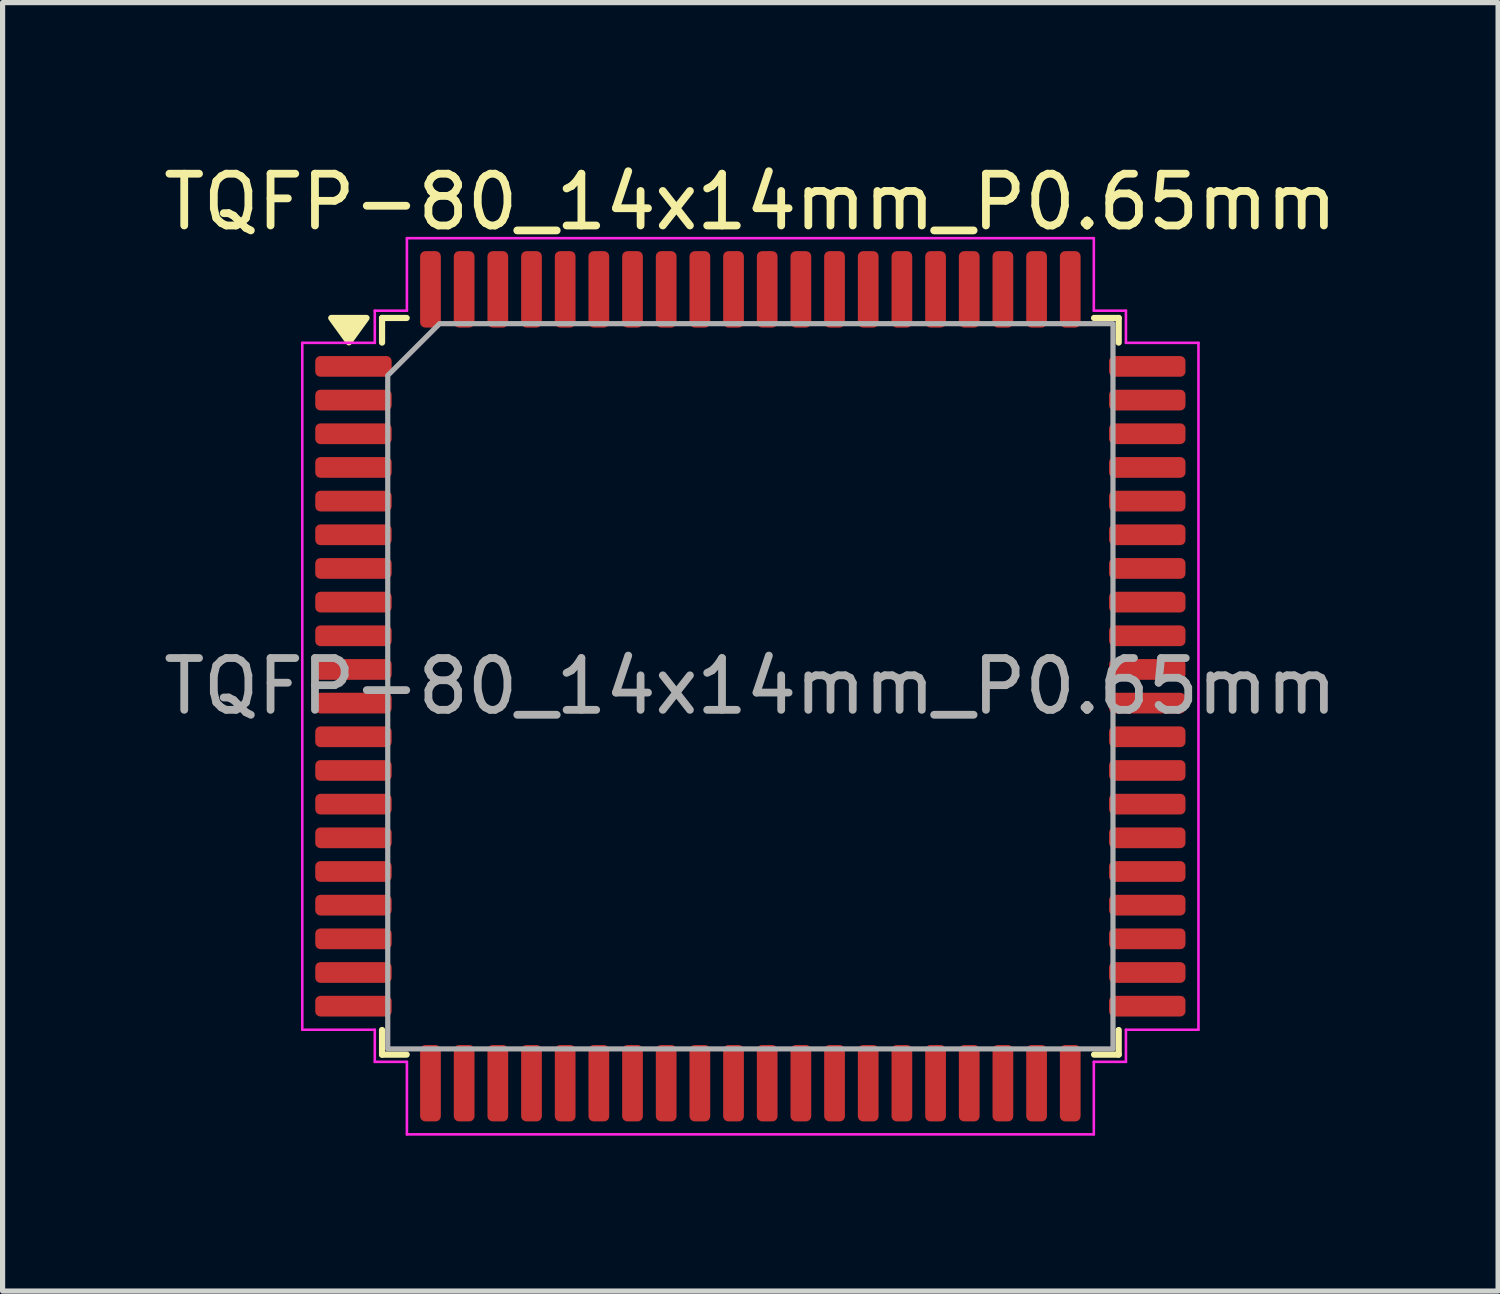
<source format=kicad_pcb>
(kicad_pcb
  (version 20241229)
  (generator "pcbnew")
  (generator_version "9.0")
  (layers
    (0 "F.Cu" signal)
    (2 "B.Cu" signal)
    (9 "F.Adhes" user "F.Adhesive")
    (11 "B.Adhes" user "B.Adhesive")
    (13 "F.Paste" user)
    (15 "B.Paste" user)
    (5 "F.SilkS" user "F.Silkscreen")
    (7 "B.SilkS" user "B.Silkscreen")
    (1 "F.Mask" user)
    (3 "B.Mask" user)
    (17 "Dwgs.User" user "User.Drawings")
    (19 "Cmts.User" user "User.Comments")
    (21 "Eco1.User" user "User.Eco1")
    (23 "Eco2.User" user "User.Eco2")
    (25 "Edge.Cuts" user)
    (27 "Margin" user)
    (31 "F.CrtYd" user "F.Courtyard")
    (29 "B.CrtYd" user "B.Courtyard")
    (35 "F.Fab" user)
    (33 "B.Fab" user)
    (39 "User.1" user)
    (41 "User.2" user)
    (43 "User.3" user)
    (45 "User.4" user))
  (footprint "TQFP-80_14x14mm_P0.65mm"
    (layer "F.Cu")
    (at 11.435 10.198)
    (property "Reference" "TQFP-80_14x14mm_P0.65mm" (at 0 -9.35 0) (layer "F.SilkS") (effects (font (size 1 1) (thickness 0.15))))
    (attr smd)
    (fp_line (start -7.11 -7.11) (end -6.635 -7.11) (stroke (width 0.12) (type solid)) (layer "F.SilkS"))
    (fp_line (start -7.11 -6.635) (end -7.11 -7.11) (stroke (width 0.12) (type solid)) (layer "F.SilkS"))
    (fp_line (start -7.11 7.11) (end -7.11 6.635) (stroke (width 0.12) (type solid)) (layer "F.SilkS"))
    (fp_line (start -6.635 7.11) (end -7.11 7.11) (stroke (width 0.12) (type solid)) (layer "F.SilkS"))
    (fp_line (start 6.635 -7.11) (end 7.11 -7.11) (stroke (width 0.12) (type solid)) (layer "F.SilkS"))
    (fp_line (start 7.11 -7.11) (end 7.11 -6.635) (stroke (width 0.12) (type solid)) (layer "F.SilkS"))
    (fp_line (start 7.11 6.635) (end 7.11 7.11) (stroke (width 0.12) (type solid)) (layer "F.SilkS"))
    (fp_line (start 7.11 7.11) (end 6.635 7.11) (stroke (width 0.12) (type solid)) (layer "F.SilkS"))
    (fp_poly (pts (xy -7.75 -6.64) (xy -8.09 -7.11) (xy -7.41 -7.11)) (stroke (width 0.12) (type solid)) (fill yes) (layer "F.SilkS"))
    (fp_line (start -8.65 -6.63) (end -7.25 -6.63) (stroke (width 0.05) (type solid)) (layer "F.CrtYd"))
    (fp_line (start -8.65 6.63) (end -8.65 -6.63) (stroke (width 0.05) (type solid)) (layer "F.CrtYd"))
    (fp_line (start -7.25 -7.25) (end -6.63 -7.25) (stroke (width 0.05) (type solid)) (layer "F.CrtYd"))
    (fp_line (start -7.25 -6.63) (end -7.25 -7.25) (stroke (width 0.05) (type solid)) (layer "F.CrtYd"))
    (fp_line (start -7.25 6.63) (end -8.65 6.63) (stroke (width 0.05) (type solid)) (layer "F.CrtYd"))
    (fp_line (start -7.25 7.25) (end -7.25 6.63) (stroke (width 0.05) (type solid)) (layer "F.CrtYd"))
    (fp_line (start -6.63 -8.65) (end 6.63 -8.65) (stroke (width 0.05) (type solid)) (layer "F.CrtYd"))
    (fp_line (start -6.63 -7.25) (end -6.63 -8.65) (stroke (width 0.05) (type solid)) (layer "F.CrtYd"))
    (fp_line (start -6.63 7.25) (end -7.25 7.25) (stroke (width 0.05) (type solid)) (layer "F.CrtYd"))
    (fp_line (start -6.63 8.65) (end -6.63 7.25) (stroke (width 0.05) (type solid)) (layer "F.CrtYd"))
    (fp_line (start 6.63 -8.65) (end 6.63 -7.25) (stroke (width 0.05) (type solid)) (layer "F.CrtYd"))
    (fp_line (start 6.63 -7.25) (end 7.25 -7.25) (stroke (width 0.05) (type solid)) (layer "F.CrtYd"))
    (fp_line (start 6.63 7.25) (end 6.63 8.65) (stroke (width 0.05) (type solid)) (layer "F.CrtYd"))
    (fp_line (start 6.63 8.65) (end -6.63 8.65) (stroke (width 0.05) (type solid)) (layer "F.CrtYd"))
    (fp_line (start 7.25 -7.25) (end 7.25 -6.63) (stroke (width 0.05) (type solid)) (layer "F.CrtYd"))
    (fp_line (start 7.25 -6.63) (end 8.65 -6.63) (stroke (width 0.05) (type solid)) (layer "F.CrtYd"))
    (fp_line (start 7.25 6.63) (end 7.25 7.25) (stroke (width 0.05) (type solid)) (layer "F.CrtYd"))
    (fp_line (start 7.25 7.25) (end 6.63 7.25) (stroke (width 0.05) (type solid)) (layer "F.CrtYd"))
    (fp_line (start 8.65 -6.63) (end 8.65 6.63) (stroke (width 0.05) (type solid)) (layer "F.CrtYd"))
    (fp_line (start 8.65 6.63) (end 7.25 6.63) (stroke (width 0.05) (type solid)) (layer "F.CrtYd"))
    (fp_poly (pts (xy -7 -6) (xy -7 7) (xy 7 7) (xy 7 -7) (xy -6 -7)) (stroke (width 0.1) (type solid)) (fill no) (layer "F.Fab"))
    (fp_text user "${REFERENCE}" (at 0 0 0) (layer "F.Fab") (effects (font (size 1 1) (thickness 0.15))))
    (pad "1" smd roundrect (at -7.662 -6.175) (size 1.475 0.4) (layers "F.Cu" "F.Mask" "F.Paste") (roundrect_rratio 0.25))
    (pad "2" smd roundrect (at -7.662 -5.525) (size 1.475 0.4) (layers "F.Cu" "F.Mask" "F.Paste") (roundrect_rratio 0.25))
    (pad "3" smd roundrect (at -7.662 -4.875) (size 1.475 0.4) (layers "F.Cu" "F.Mask" "F.Paste") (roundrect_rratio 0.25))
    (pad "4" smd roundrect (at -7.662 -4.225) (size 1.475 0.4) (layers "F.Cu" "F.Mask" "F.Paste") (roundrect_rratio 0.25))
    (pad "5" smd roundrect (at -7.662 -3.575) (size 1.475 0.4) (layers "F.Cu" "F.Mask" "F.Paste") (roundrect_rratio 0.25))
    (pad "6" smd roundrect (at -7.662 -2.925) (size 1.475 0.4) (layers "F.Cu" "F.Mask" "F.Paste") (roundrect_rratio 0.25))
    (pad "7" smd roundrect (at -7.662 -2.275) (size 1.475 0.4) (layers "F.Cu" "F.Mask" "F.Paste") (roundrect_rratio 0.25))
    (pad "8" smd roundrect (at -7.662 -1.625) (size 1.475 0.4) (layers "F.Cu" "F.Mask" "F.Paste") (roundrect_rratio 0.25))
    (pad "9" smd roundrect (at -7.662 -0.975) (size 1.475 0.4) (layers "F.Cu" "F.Mask" "F.Paste") (roundrect_rratio 0.25))
    (pad "10" smd roundrect (at -7.662 -0.325) (size 1.475 0.4) (layers "F.Cu" "F.Mask" "F.Paste") (roundrect_rratio 0.25))
    (pad "11" smd roundrect (at -7.662 0.325) (size 1.475 0.4) (layers "F.Cu" "F.Mask" "F.Paste") (roundrect_rratio 0.25))
    (pad "12" smd roundrect (at -7.662 0.975) (size 1.475 0.4) (layers "F.Cu" "F.Mask" "F.Paste") (roundrect_rratio 0.25))
    (pad "13" smd roundrect (at -7.662 1.625) (size 1.475 0.4) (layers "F.Cu" "F.Mask" "F.Paste") (roundrect_rratio 0.25))
    (pad "14" smd roundrect (at -7.662 2.275) (size 1.475 0.4) (layers "F.Cu" "F.Mask" "F.Paste") (roundrect_rratio 0.25))
    (pad "15" smd roundrect (at -7.662 2.925) (size 1.475 0.4) (layers "F.Cu" "F.Mask" "F.Paste") (roundrect_rratio 0.25))
    (pad "16" smd roundrect (at -7.662 3.575) (size 1.475 0.4) (layers "F.Cu" "F.Mask" "F.Paste") (roundrect_rratio 0.25))
    (pad "17" smd roundrect (at -7.662 4.225) (size 1.475 0.4) (layers "F.Cu" "F.Mask" "F.Paste") (roundrect_rratio 0.25))
    (pad "18" smd roundrect (at -7.662 4.875) (size 1.475 0.4) (layers "F.Cu" "F.Mask" "F.Paste") (roundrect_rratio 0.25))
    (pad "19" smd roundrect (at -7.662 5.525) (size 1.475 0.4) (layers "F.Cu" "F.Mask" "F.Paste") (roundrect_rratio 0.25))
    (pad "20" smd roundrect (at -7.662 6.175) (size 1.475 0.4) (layers "F.Cu" "F.Mask" "F.Paste") (roundrect_rratio 0.25))
    (pad "21" smd roundrect (at -6.175 7.662) (size 0.4 1.475) (layers "F.Cu" "F.Mask" "F.Paste") (roundrect_rratio 0.25))
    (pad "22" smd roundrect (at -5.525 7.662) (size 0.4 1.475) (layers "F.Cu" "F.Mask" "F.Paste") (roundrect_rratio 0.25))
    (pad "23" smd roundrect (at -4.875 7.662) (size 0.4 1.475) (layers "F.Cu" "F.Mask" "F.Paste") (roundrect_rratio 0.25))
    (pad "24" smd roundrect (at -4.225 7.662) (size 0.4 1.475) (layers "F.Cu" "F.Mask" "F.Paste") (roundrect_rratio 0.25))
    (pad "25" smd roundrect (at -3.575 7.662) (size 0.4 1.475) (layers "F.Cu" "F.Mask" "F.Paste") (roundrect_rratio 0.25))
    (pad "26" smd roundrect (at -2.925 7.662) (size 0.4 1.475) (layers "F.Cu" "F.Mask" "F.Paste") (roundrect_rratio 0.25))
    (pad "27" smd roundrect (at -2.275 7.662) (size 0.4 1.475) (layers "F.Cu" "F.Mask" "F.Paste") (roundrect_rratio 0.25))
    (pad "28" smd roundrect (at -1.625 7.662) (size 0.4 1.475) (layers "F.Cu" "F.Mask" "F.Paste") (roundrect_rratio 0.25))
    (pad "29" smd roundrect (at -0.975 7.662) (size 0.4 1.475) (layers "F.Cu" "F.Mask" "F.Paste") (roundrect_rratio 0.25))
    (pad "30" smd roundrect (at -0.325 7.662) (size 0.4 1.475) (layers "F.Cu" "F.Mask" "F.Paste") (roundrect_rratio 0.25))
    (pad "31" smd roundrect (at 0.325 7.662) (size 0.4 1.475) (layers "F.Cu" "F.Mask" "F.Paste") (roundrect_rratio 0.25))
    (pad "32" smd roundrect (at 0.975 7.662) (size 0.4 1.475) (layers "F.Cu" "F.Mask" "F.Paste") (roundrect_rratio 0.25))
    (pad "33" smd roundrect (at 1.625 7.662) (size 0.4 1.475) (layers "F.Cu" "F.Mask" "F.Paste") (roundrect_rratio 0.25))
    (pad "34" smd roundrect (at 2.275 7.662) (size 0.4 1.475) (layers "F.Cu" "F.Mask" "F.Paste") (roundrect_rratio 0.25))
    (pad "35" smd roundrect (at 2.925 7.662) (size 0.4 1.475) (layers "F.Cu" "F.Mask" "F.Paste") (roundrect_rratio 0.25))
    (pad "36" smd roundrect (at 3.575 7.662) (size 0.4 1.475) (layers "F.Cu" "F.Mask" "F.Paste") (roundrect_rratio 0.25))
    (pad "37" smd roundrect (at 4.225 7.662) (size 0.4 1.475) (layers "F.Cu" "F.Mask" "F.Paste") (roundrect_rratio 0.25))
    (pad "38" smd roundrect (at 4.875 7.662) (size 0.4 1.475) (layers "F.Cu" "F.Mask" "F.Paste") (roundrect_rratio 0.25))
    (pad "39" smd roundrect (at 5.525 7.662) (size 0.4 1.475) (layers "F.Cu" "F.Mask" "F.Paste") (roundrect_rratio 0.25))
    (pad "40" smd roundrect (at 6.175 7.662) (size 0.4 1.475) (layers "F.Cu" "F.Mask" "F.Paste") (roundrect_rratio 0.25))
    (pad "41" smd roundrect (at 7.662 6.175) (size 1.475 0.4) (layers "F.Cu" "F.Mask" "F.Paste") (roundrect_rratio 0.25))
    (pad "42" smd roundrect (at 7.662 5.525) (size 1.475 0.4) (layers "F.Cu" "F.Mask" "F.Paste") (roundrect_rratio 0.25))
    (pad "43" smd roundrect (at 7.662 4.875) (size 1.475 0.4) (layers "F.Cu" "F.Mask" "F.Paste") (roundrect_rratio 0.25))
    (pad "44" smd roundrect (at 7.662 4.225) (size 1.475 0.4) (layers "F.Cu" "F.Mask" "F.Paste") (roundrect_rratio 0.25))
    (pad "45" smd roundrect (at 7.662 3.575) (size 1.475 0.4) (layers "F.Cu" "F.Mask" "F.Paste") (roundrect_rratio 0.25))
    (pad "46" smd roundrect (at 7.662 2.925) (size 1.475 0.4) (layers "F.Cu" "F.Mask" "F.Paste") (roundrect_rratio 0.25))
    (pad "47" smd roundrect (at 7.662 2.275) (size 1.475 0.4) (layers "F.Cu" "F.Mask" "F.Paste") (roundrect_rratio 0.25))
    (pad "48" smd roundrect (at 7.662 1.625) (size 1.475 0.4) (layers "F.Cu" "F.Mask" "F.Paste") (roundrect_rratio 0.25))
    (pad "49" smd roundrect (at 7.662 0.975) (size 1.475 0.4) (layers "F.Cu" "F.Mask" "F.Paste") (roundrect_rratio 0.25))
    (pad "50" smd roundrect (at 7.662 0.325) (size 1.475 0.4) (layers "F.Cu" "F.Mask" "F.Paste") (roundrect_rratio 0.25))
    (pad "51" smd roundrect (at 7.662 -0.325) (size 1.475 0.4) (layers "F.Cu" "F.Mask" "F.Paste") (roundrect_rratio 0.25))
    (pad "52" smd roundrect (at 7.662 -0.975) (size 1.475 0.4) (layers "F.Cu" "F.Mask" "F.Paste") (roundrect_rratio 0.25))
    (pad "53" smd roundrect (at 7.662 -1.625) (size 1.475 0.4) (layers "F.Cu" "F.Mask" "F.Paste") (roundrect_rratio 0.25))
    (pad "54" smd roundrect (at 7.662 -2.275) (size 1.475 0.4) (layers "F.Cu" "F.Mask" "F.Paste") (roundrect_rratio 0.25))
    (pad "55" smd roundrect (at 7.662 -2.925) (size 1.475 0.4) (layers "F.Cu" "F.Mask" "F.Paste") (roundrect_rratio 0.25))
    (pad "56" smd roundrect (at 7.662 -3.575) (size 1.475 0.4) (layers "F.Cu" "F.Mask" "F.Paste") (roundrect_rratio 0.25))
    (pad "57" smd roundrect (at 7.662 -4.225) (size 1.475 0.4) (layers "F.Cu" "F.Mask" "F.Paste") (roundrect_rratio 0.25))
    (pad "58" smd roundrect (at 7.662 -4.875) (size 1.475 0.4) (layers "F.Cu" "F.Mask" "F.Paste") (roundrect_rratio 0.25))
    (pad "59" smd roundrect (at 7.662 -5.525) (size 1.475 0.4) (layers "F.Cu" "F.Mask" "F.Paste") (roundrect_rratio 0.25))
    (pad "60" smd roundrect (at 7.662 -6.175) (size 1.475 0.4) (layers "F.Cu" "F.Mask" "F.Paste") (roundrect_rratio 0.25))
    (pad "61" smd roundrect (at 6.175 -7.662) (size 0.4 1.475) (layers "F.Cu" "F.Mask" "F.Paste") (roundrect_rratio 0.25))
    (pad "62" smd roundrect (at 5.525 -7.662) (size 0.4 1.475) (layers "F.Cu" "F.Mask" "F.Paste") (roundrect_rratio 0.25))
    (pad "63" smd roundrect (at 4.875 -7.662) (size 0.4 1.475) (layers "F.Cu" "F.Mask" "F.Paste") (roundrect_rratio 0.25))
    (pad "64" smd roundrect (at 4.225 -7.662) (size 0.4 1.475) (layers "F.Cu" "F.Mask" "F.Paste") (roundrect_rratio 0.25))
    (pad "65" smd roundrect (at 3.575 -7.662) (size 0.4 1.475) (layers "F.Cu" "F.Mask" "F.Paste") (roundrect_rratio 0.25))
    (pad "66" smd roundrect (at 2.925 -7.662) (size 0.4 1.475) (layers "F.Cu" "F.Mask" "F.Paste") (roundrect_rratio 0.25))
    (pad "67" smd roundrect (at 2.275 -7.662) (size 0.4 1.475) (layers "F.Cu" "F.Mask" "F.Paste") (roundrect_rratio 0.25))
    (pad "68" smd roundrect (at 1.625 -7.662) (size 0.4 1.475) (layers "F.Cu" "F.Mask" "F.Paste") (roundrect_rratio 0.25))
    (pad "69" smd roundrect (at 0.975 -7.662) (size 0.4 1.475) (layers "F.Cu" "F.Mask" "F.Paste") (roundrect_rratio 0.25))
    (pad "70" smd roundrect (at 0.325 -7.662) (size 0.4 1.475) (layers "F.Cu" "F.Mask" "F.Paste") (roundrect_rratio 0.25))
    (pad "71" smd roundrect (at -0.325 -7.662) (size 0.4 1.475) (layers "F.Cu" "F.Mask" "F.Paste") (roundrect_rratio 0.25))
    (pad "72" smd roundrect (at -0.975 -7.662) (size 0.4 1.475) (layers "F.Cu" "F.Mask" "F.Paste") (roundrect_rratio 0.25))
    (pad "73" smd roundrect (at -1.625 -7.662) (size 0.4 1.475) (layers "F.Cu" "F.Mask" "F.Paste") (roundrect_rratio 0.25))
    (pad "74" smd roundrect (at -2.275 -7.662) (size 0.4 1.475) (layers "F.Cu" "F.Mask" "F.Paste") (roundrect_rratio 0.25))
    (pad "75" smd roundrect (at -2.925 -7.662) (size 0.4 1.475) (layers "F.Cu" "F.Mask" "F.Paste") (roundrect_rratio 0.25))
    (pad "76" smd roundrect (at -3.575 -7.662) (size 0.4 1.475) (layers "F.Cu" "F.Mask" "F.Paste") (roundrect_rratio 0.25))
    (pad "77" smd roundrect (at -4.225 -7.662) (size 0.4 1.475) (layers "F.Cu" "F.Mask" "F.Paste") (roundrect_rratio 0.25))
    (pad "78" smd roundrect (at -4.875 -7.662) (size 0.4 1.475) (layers "F.Cu" "F.Mask" "F.Paste") (roundrect_rratio 0.25))
    (pad "79" smd roundrect (at -5.525 -7.662) (size 0.4 1.475) (layers "F.Cu" "F.Mask" "F.Paste") (roundrect_rratio 0.25))
    (pad "80" smd roundrect (at -6.175 -7.662) (size 0.4 1.475) (layers "F.Cu" "F.Mask" "F.Paste") (roundrect_rratio 0.25)))
  (gr_rect
    (start -3 -3)
    (end 25.869 21.873)
    (stroke (width 0.1) (type default))
    (fill no)
    (layer "Edge.Cuts")))
</source>
